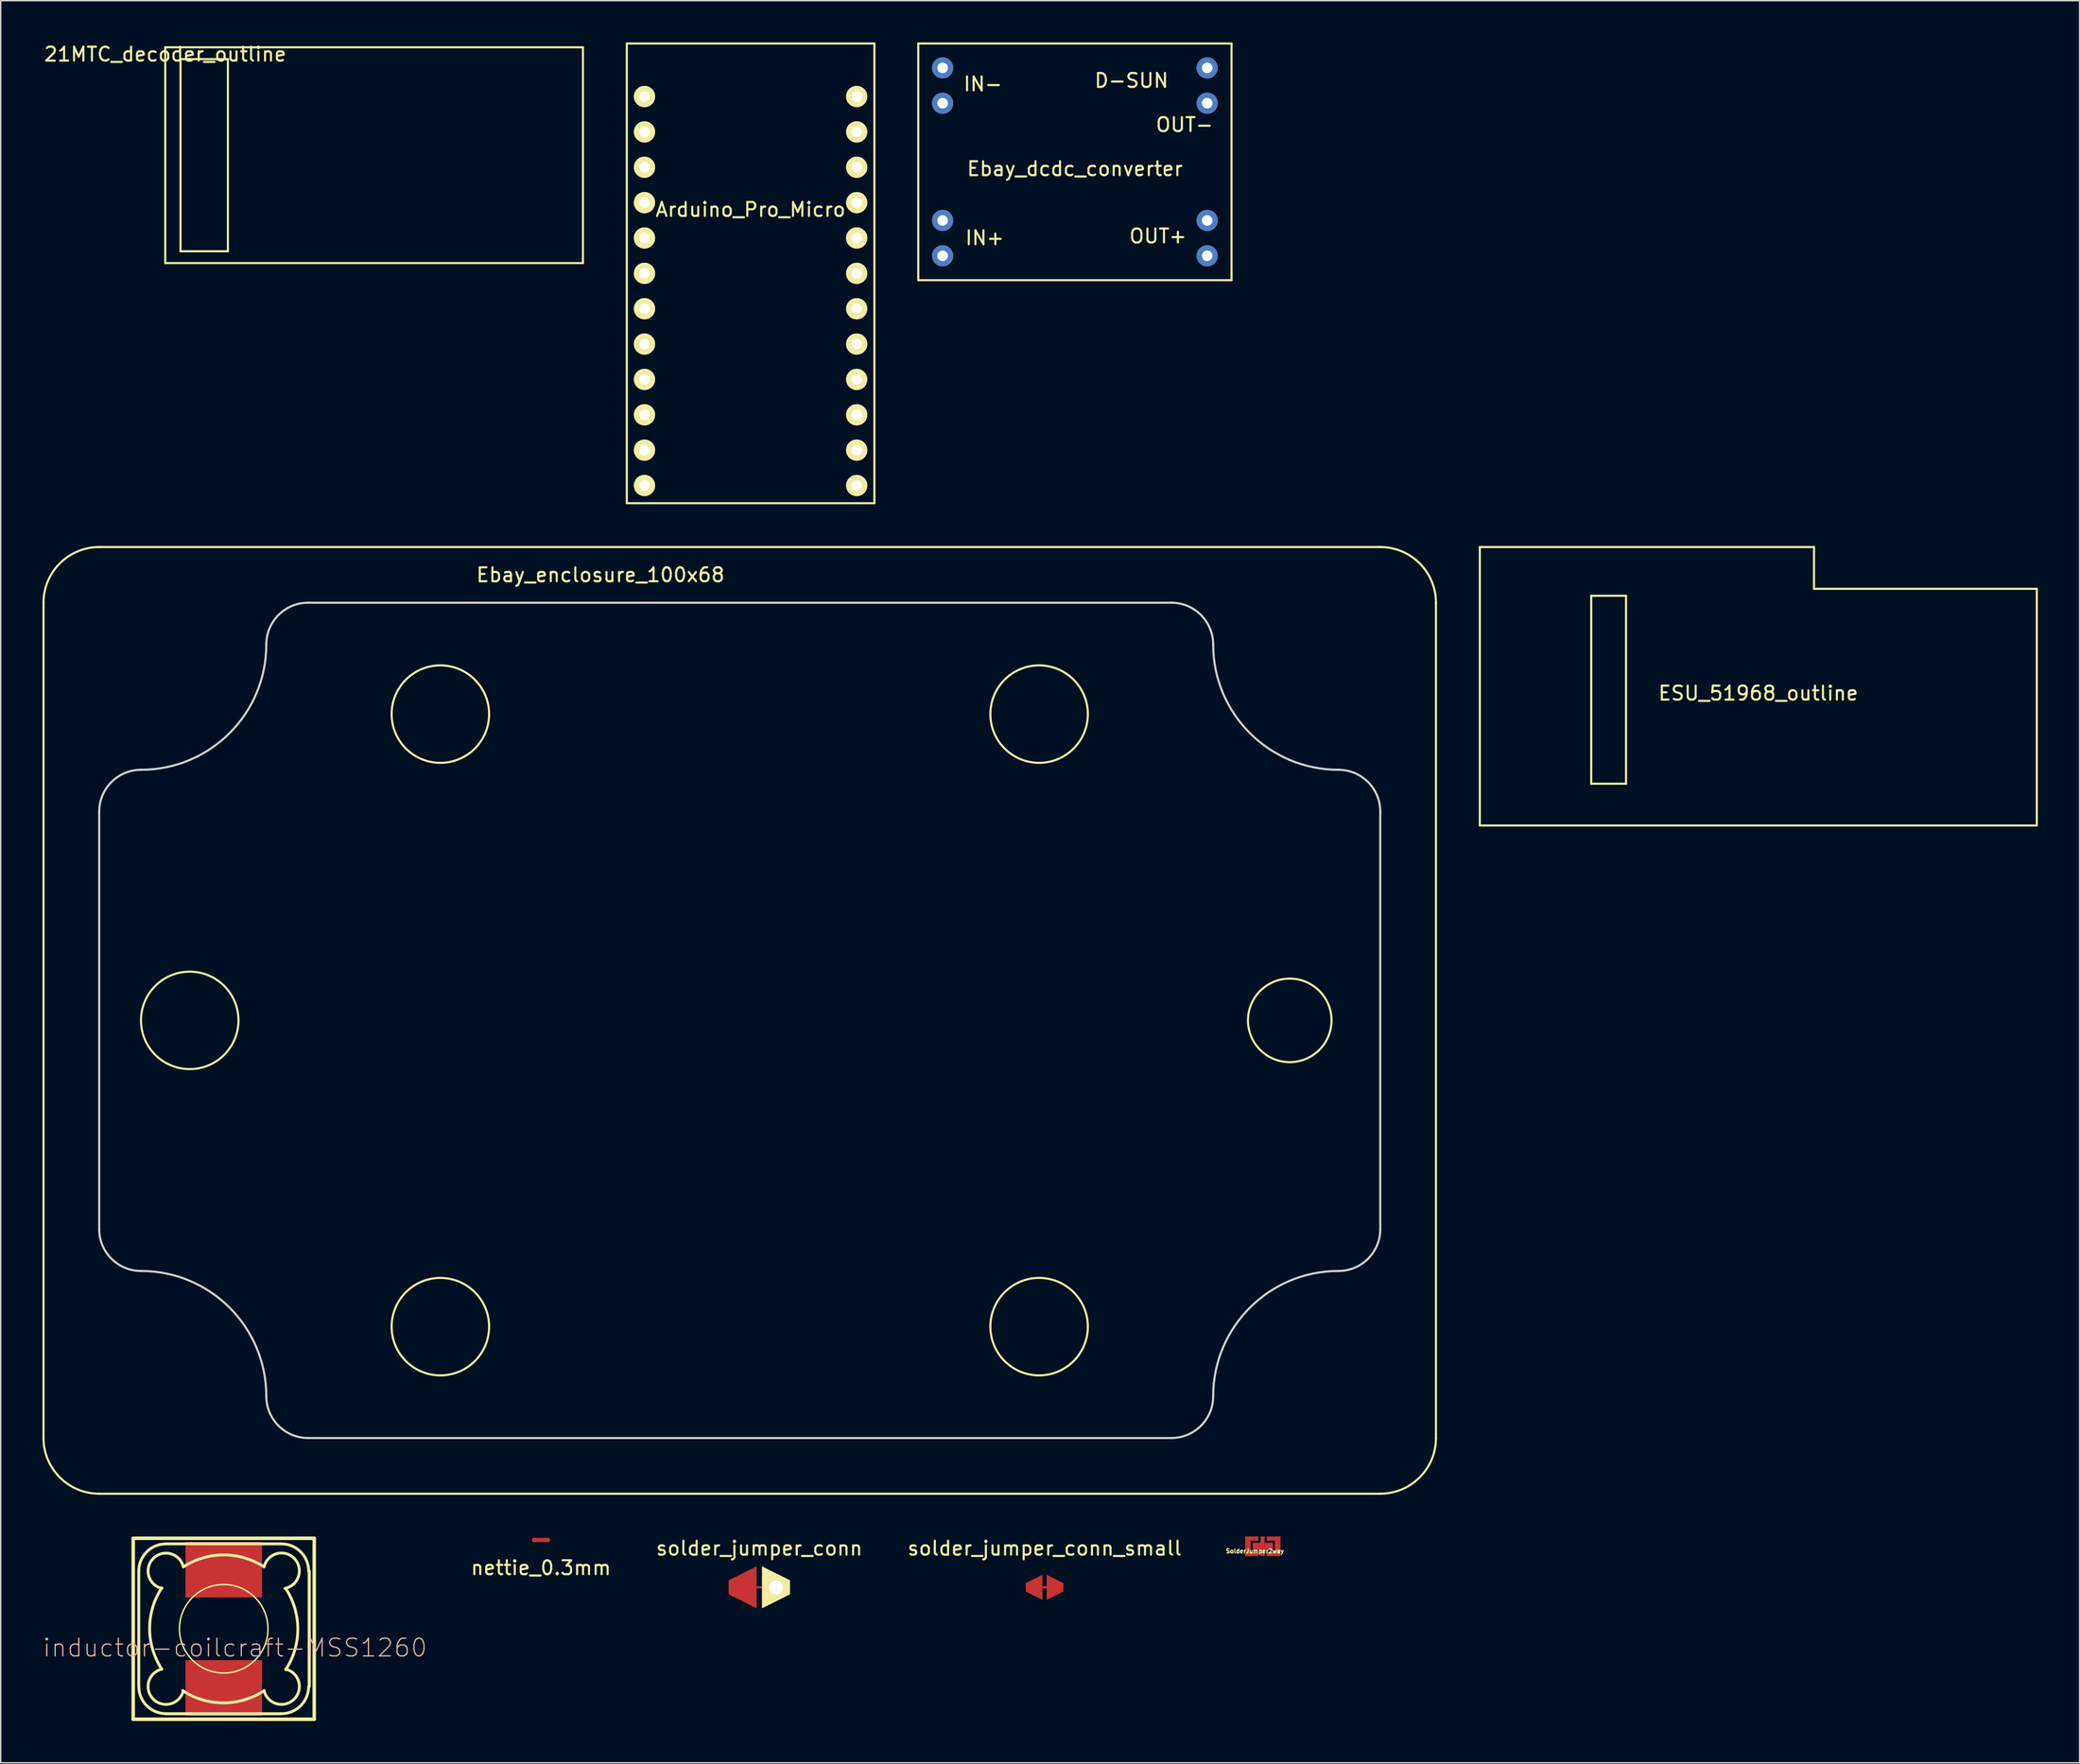
<source format=kicad_pcb>
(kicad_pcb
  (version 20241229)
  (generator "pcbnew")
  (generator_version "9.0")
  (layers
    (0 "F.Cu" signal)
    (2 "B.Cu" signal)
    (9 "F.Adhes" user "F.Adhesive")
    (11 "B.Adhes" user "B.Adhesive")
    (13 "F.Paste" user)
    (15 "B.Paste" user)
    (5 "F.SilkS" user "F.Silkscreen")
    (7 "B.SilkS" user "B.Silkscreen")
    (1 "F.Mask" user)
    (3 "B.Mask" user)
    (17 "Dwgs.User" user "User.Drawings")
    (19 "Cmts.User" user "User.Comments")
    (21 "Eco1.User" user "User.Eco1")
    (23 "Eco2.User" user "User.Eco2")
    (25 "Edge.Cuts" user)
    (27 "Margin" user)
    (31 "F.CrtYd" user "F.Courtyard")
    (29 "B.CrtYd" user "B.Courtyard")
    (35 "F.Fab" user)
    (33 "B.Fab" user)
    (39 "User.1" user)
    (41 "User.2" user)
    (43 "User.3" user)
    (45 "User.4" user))
  (footprint "nettie_0.3mm"
    (layer "F.Cu")
    (at 35.799 107.57)
    (property "Reference" "nettie_0.3mm" (at 0 2 0) (layer "F.SilkS") (effects (font (size 1 1) (thickness 0.15))))
    (attr through_hole)
    (fp_line (start -0.5 0) (end 0.5 0) (stroke (width 0.3) (type solid)) (layer "F.Cu"))
    (pad "1" smd circle (at -0.5 0) (size 0.3 0.3) (layers "F.Cu"))
    (pad "2" smd circle (at 0.5 0) (size 0.3 0.3) (layers "F.Cu")))
  (footprint "21MTC_decoder_outline"
    (layer "F.Cu")
    (at 8.815 0.348)
    (property "Reference" "21MTC_decoder_outline" (at 0 0.5 0) (layer "F.SilkS") (effects (font (size 1 1) (thickness 0.15))))
    (attr through_hole)
    (fp_line (start 0 0) (end 30 0) (stroke (width 0.15) (type solid)) (layer "F.SilkS"))
    (fp_line (start 0 15.5) (end 0 0) (stroke (width 0.15) (type solid)) (layer "F.SilkS"))
    (fp_line (start 1.1 0.85) (end 4.5 0.85) (stroke (width 0.15) (type solid)) (layer "F.SilkS"))
    (fp_line (start 1.1 14.65) (end 1.1 0.85) (stroke (width 0.15) (type solid)) (layer "F.SilkS"))
    (fp_line (start 4.5 0.85) (end 4.5 14.65) (stroke (width 0.15) (type solid)) (layer "F.SilkS"))
    (fp_line (start 4.5 14.65) (end 1.1 14.65) (stroke (width 0.15) (type solid)) (layer "F.SilkS"))
    (fp_line (start 30 0) (end 30 15.5) (stroke (width 0.15) (type solid)) (layer "F.SilkS"))
    (fp_line (start 30 15.5) (end 0 15.5) (stroke (width 0.15) (type solid)) (layer "F.SilkS")))
  (footprint "solder_jumper_conn"
    (layer "F.Cu")
    (at 51.478 110.968)
    (property "Reference" "solder_jumper_conn" (at 0 -2.8 0) (layer "F.SilkS") (effects (font (size 1 1) (thickness 0.15))))
    (attr through_hole)
    (fp_line (start -0.3 0) (end 0.35 0) (stroke (width 0.15) (type solid)) (layer "F.Cu"))
    (fp_line (start 0.4 0) (end -0.35 0) (stroke (width 0.15) (type solid)) (layer "F.Mask"))
    (pad "1" smd trapezoid (at -1.2 0 180) (size 2 2) (rect_delta 1 0) (layers "F.Cu" "F.Mask" "F.Paste"))
    (pad "2" thru_hole trapezoid (at 1.2 0) (size 2 2) (rect_delta 1 0) (drill 1) (layers "*.Cu" "*.Mask" "F.SilkS")))
  (footprint "inductor-coilcraft-MSS1260"
    (layer "F.Cu")
    (at 13.017 113.947)
    (property "Reference" "inductor-coilcraft-MSS1260" (at 0.808 1.364 0) (layer "B.SilkS") (effects (font (size 1.27 1.27) (thickness 0.089))))
    (attr smd)
    (fp_line (start -6.5 -6.5) (end 6.5 -6.5) (stroke (width 0.254) (type solid)) (layer "F.SilkS"))
    (fp_line (start -6.5 6.5) (end -6.5 -6.5) (stroke (width 0.254) (type solid)) (layer "F.SilkS"))
    (fp_line (start -6.149 4.148) (end -6.149 -4.148) (stroke (width 0.1) (type solid)) (layer "F.SilkS"))
    (fp_line (start -6.099 4.148) (end -6.099 -4.148) (stroke (width 0.203) (type solid)) (layer "F.SilkS"))
    (fp_line (start -4.148 -6.149) (end 4.148 -6.149) (stroke (width 0.1) (type solid)) (layer "F.SilkS"))
    (fp_line (start -4.148 -6.099) (end 4.148 -6.099) (stroke (width 0.203) (type solid)) (layer "F.SilkS"))
    (fp_line (start 4.148 6.099) (end -4.148 6.099) (stroke (width 0.203) (type solid)) (layer "F.SilkS"))
    (fp_line (start 4.148 6.149) (end -4.148 6.149) (stroke (width 0.1) (type solid)) (layer "F.SilkS"))
    (fp_line (start 6.099 -4.148) (end 6.099 4.148) (stroke (width 0.127) (type solid)) (layer "F.SilkS"))
    (fp_line (start 6.149 -4.148) (end 6.149 4.148) (stroke (width 0.203) (type solid)) (layer "F.SilkS"))
    (fp_line (start 6.5 -6.5) (end 6.5 6.5) (stroke (width 0.254) (type solid)) (layer "F.SilkS"))
    (fp_line (start 6.5 6.5) (end -6.5 6.5) (stroke (width 0.254) (type solid)) (layer "F.SilkS"))
    (fp_arc (start -6.09854 -4.14782) (mid -5.527187 -5.527187) (end -4.14782 -6.09854) (stroke (width 0.2032) (type solid)) (layer "F.SilkS"))
    (fp_arc (start -4.44754 -2.89814) (mid -5.056744 -5.056329) (end -2.898277 -4.44811) (stroke (width 0.2032) (type solid)) (layer "F.SilkS"))
    (fp_arc (start -4.44754 2.89814) (mid -5.320982 -0.023268) (end -4.447092 -2.944541) (stroke (width 0.2032) (type solid)) (layer "F.SilkS"))
    (fp_arc (start -4.14782 6.09854) (mid -5.527187 5.527187) (end -6.09854 4.14782) (stroke (width 0.2032) (type solid)) (layer "F.SilkS"))
    (fp_arc (start -2.89814 -4.44754) (mid -0.005129 -5.304772) (end 2.889527 -4.453112) (stroke (width 0.2032) (type solid)) (layer "F.SilkS"))
    (fp_arc (start -2.89814 4.44754) (mid -5.056329 5.056744) (end -4.44811 2.898277) (stroke (width 0.2032) (type solid)) (layer "F.SilkS"))
    (fp_arc (start 2.89814 -4.44754) (mid 5.068176 -5.051562) (end 4.400371 -2.900298) (stroke (width 0.2032) (type solid)) (layer "F.SilkS"))
    (fp_arc (start 2.89814 4.44754) (mid -0.023268 5.320982) (end -2.944541 4.447092) (stroke (width 0.2032) (type solid)) (layer "F.SilkS"))
    (fp_arc (start 4.14782 -6.09854) (mid 5.527187 -5.527187) (end 6.09854 -4.14782) (stroke (width 0.2032) (type solid)) (layer "F.SilkS"))
    (fp_arc (start 4.44754 -2.89814) (mid 5.320982 0.023268) (end 4.447092 2.944541) (stroke (width 0.2032) (type solid)) (layer "F.SilkS"))
    (fp_arc (start 4.44754 2.89814) (mid 5.056744 5.056329) (end 2.898277 4.44811) (stroke (width 0.2032) (type solid)) (layer "F.SilkS"))
    (fp_arc (start 6.09854 4.14782) (mid 5.527187 5.527187) (end 4.14782 6.09854) (stroke (width 0.2032) (type solid)) (layer "F.SilkS"))
    (fp_circle (center 0 0) (end -2.248 2.248) (stroke (width 0.102) (type solid)) (fill no) (layer "F.SilkS"))
    (pad "P$1" smd rect (at 0 -4.249) (size 5.499 3.998) (layers "F.Cu" "F.Mask" "F.Paste"))
    (pad "P$2" smd rect (at 0 4.249) (size 5.499 3.998) (layers "F.Cu" "F.Mask" "F.Paste")))
  (footprint "Arduino_Pro_Micro"
    (layer "F.Cu")
    (at 50.855 11.505)
    (property "Reference" "Arduino_Pro_Micro" (at 0 0.5 0) (layer "F.SilkS") (effects (font (size 1 1) (thickness 0.15))))
    (attr through_hole)
    (fp_line (start -8.89 -11.43) (end -8.89 21.59) (stroke (width 0.15) (type solid)) (layer "F.SilkS"))
    (fp_line (start -8.89 21.59) (end 8.89 21.59) (stroke (width 0.15) (type solid)) (layer "F.SilkS"))
    (fp_line (start 8.89 -11.43) (end -8.89 -11.43) (stroke (width 0.15) (type solid)) (layer "F.SilkS"))
    (fp_line (start 8.89 21.59) (end 8.89 -11.43) (stroke (width 0.15) (type solid)) (layer "F.SilkS"))
    (pad "1" thru_hole circle (at 7.62 20.32) (size 1.524 1.524) (drill 0.762) (layers "*.Cu" "*.Mask" "F.SilkS"))
    (pad "2" thru_hole circle (at 7.62 17.78) (size 1.524 1.524) (drill 0.762) (layers "*.Cu" "*.Mask" "F.SilkS"))
    (pad "3" thru_hole circle (at 7.62 15.24) (size 1.524 1.524) (drill 0.762) (layers "*.Cu" "*.Mask" "F.SilkS"))
    (pad "4" thru_hole circle (at 7.62 12.7) (size 1.524 1.524) (drill 0.762) (layers "*.Cu" "*.Mask" "F.SilkS"))
    (pad "5" thru_hole circle (at 7.62 10.16) (size 1.524 1.524) (drill 0.762) (layers "*.Cu" "*.Mask" "F.SilkS"))
    (pad "6" thru_hole circle (at 7.62 7.62) (size 1.524 1.524) (drill 0.762) (layers "*.Cu" "*.Mask" "F.SilkS"))
    (pad "7" thru_hole circle (at 7.62 5.08) (size 1.524 1.524) (drill 0.762) (layers "*.Cu" "*.Mask" "F.SilkS"))
    (pad "8" thru_hole circle (at 7.62 2.54) (size 1.524 1.524) (drill 0.762) (layers "*.Cu" "*.Mask" "F.SilkS"))
    (pad "9" thru_hole circle (at 7.62 0) (size 1.524 1.524) (drill 0.762) (layers "*.Cu" "*.Mask" "F.SilkS"))
    (pad "10" thru_hole circle (at 7.62 -2.54) (size 1.524 1.524) (drill 0.762) (layers "*.Cu" "*.Mask" "F.SilkS"))
    (pad "11" thru_hole circle (at 7.62 -5.08) (size 1.524 1.524) (drill 0.762) (layers "*.Cu" "*.Mask" "F.SilkS"))
    (pad "12" thru_hole circle (at 7.62 -7.62) (size 1.524 1.524) (drill 0.762) (layers "*.Cu" "*.Mask" "F.SilkS"))
    (pad "13" thru_hole circle (at -7.62 -7.62) (size 1.524 1.524) (drill 0.762) (layers "*.Cu" "*.Mask" "F.SilkS"))
    (pad "14" thru_hole circle (at -7.62 -5.08) (size 1.524 1.524) (drill 0.762) (layers "*.Cu" "*.Mask" "F.SilkS"))
    (pad "15" thru_hole circle (at -7.62 -2.54) (size 1.524 1.524) (drill 0.762) (layers "*.Cu" "*.Mask" "F.SilkS"))
    (pad "16" thru_hole circle (at -7.62 0) (size 1.524 1.524) (drill 0.762) (layers "*.Cu" "*.Mask" "F.SilkS"))
    (pad "17" thru_hole circle (at -7.62 2.54) (size 1.524 1.524) (drill 0.762) (layers "*.Cu" "*.Mask" "F.SilkS"))
    (pad "18" thru_hole circle (at -7.62 5.08) (size 1.524 1.524) (drill 0.762) (layers "*.Cu" "*.Mask" "F.SilkS"))
    (pad "19" thru_hole circle (at -7.62 7.62) (size 1.524 1.524) (drill 0.762) (layers "*.Cu" "*.Mask" "F.SilkS"))
    (pad "20" thru_hole circle (at -7.62 10.16) (size 1.524 1.524) (drill 0.762) (layers "*.Cu" "*.Mask" "F.SilkS"))
    (pad "21" thru_hole circle (at -7.62 12.7) (size 1.524 1.524) (drill 0.762) (layers "*.Cu" "*.Mask" "F.SilkS"))
    (pad "22" thru_hole circle (at -7.62 15.24) (size 1.524 1.524) (drill 0.762) (layers "*.Cu" "*.Mask" "F.SilkS"))
    (pad "23" thru_hole circle (at -7.62 17.78) (size 1.524 1.524) (drill 0.762) (layers "*.Cu" "*.Mask" "F.SilkS"))
    (pad "24" thru_hole circle (at -7.62 20.32) (size 1.524 1.524) (drill 0.762) (layers "*.Cu" "*.Mask" "F.SilkS")))
  (footprint "SolderJumper2way"
    (layer "F.Cu")
    (at 87.631 108.02)
    (property "Reference" "SolderJumper2way" (at -0.559 0.35 0) (layer "F.SilkS") (effects (font (size 0.3 0.3) (thickness 0.071))))
    (attr through_hole)
    (pad "1" smd rect (at -1.059 0) (size 0.4 1.4) (layers "F.Cu" "F.Mask"))
    (pad "1" smd rect (at -0.784 -0.55) (size 0.95 0.3) (layers "F.Cu" "F.Mask"))
    (pad "1" smd rect (at -0.784 0.55) (size 0.95 0.3) (layers "F.Cu" "F.Mask"))
    (pad "2" smd rect (at -0.409 0) (size 0.6 0.5) (layers "F.Cu" "F.Mask"))
    (pad "2" smd rect (at -0.009 0) (size 0.3 1.4) (layers "F.Cu" "F.Mask"))
    (pad "2" smd rect (at 0.432 0) (size 0.6 0.5) (layers "F.Cu" "F.Mask"))
    (pad "3" smd rect (at 0.766 -0.55) (size 0.95 0.3) (layers "F.Cu" "F.Mask"))
    (pad "3" smd rect (at 0.766 0.55) (size 0.95 0.3) (layers "F.Cu" "F.Mask"))
    (pad "3" smd rect (at 1.075 0) (size 0.4 1.4) (layers "F.Cu" "F.Mask")))
  (footprint "Ebay_enclosure_100x68"
    (layer "F.Cu")
    (at 3.075 39.245)
    (property "Reference" "Ebay_enclosure_100x68" (at 37 -1 0) (layer "F.SilkS") (effects (font (size 1 1) (thickness 0.15))))
    (attr through_hole)
    (fp_line (start -3 61) (end -3 1) (stroke (width 0.15) (type solid)) (layer "F.SilkS"))
    (fp_line (start 1 -3) (end 93 -3) (stroke (width 0.15) (type solid)) (layer "F.SilkS"))
    (fp_line (start 93 65) (end 1 65) (stroke (width 0.15) (type solid)) (layer "F.SilkS"))
    (fp_line (start 97 1) (end 97 61) (stroke (width 0.15) (type solid)) (layer "F.SilkS"))
    (fp_arc (start -3 1) (mid -1.828427 -1.828427) (end 1 -3) (stroke (width 0.15) (type solid)) (layer "F.SilkS"))
    (fp_arc (start 1 65) (mid -1.828427 63.828427) (end -3 61) (stroke (width 0.15) (type solid)) (layer "F.SilkS"))
    (fp_arc (start 93 -3) (mid 95.828427 -1.828427) (end 97 1) (stroke (width 0.15) (type solid)) (layer "F.SilkS"))
    (fp_arc (start 97 61) (mid 95.828427 63.828427) (end 93 65) (stroke (width 0.15) (type solid)) (layer "F.SilkS"))
    (fp_circle (center 7.5 31) (end 11 31) (stroke (width 0.15) (type solid)) (fill no) (layer "F.SilkS"))
    (fp_circle (center 25.5 9) (end 29 9) (stroke (width 0.15) (type solid)) (fill no) (layer "F.SilkS"))
    (fp_circle (center 25.5 53) (end 29 53) (stroke (width 0.15) (type solid)) (fill no) (layer "F.SilkS"))
    (fp_circle (center 68.5 9) (end 72 9) (stroke (width 0.15) (type solid)) (fill no) (layer "F.SilkS"))
    (fp_circle (center 68.5 53) (end 72 53) (stroke (width 0.15) (type solid)) (fill no) (layer "F.SilkS"))
    (fp_circle (center 86.5 31) (end 89.5 31) (stroke (width 0.15) (type solid)) (fill no) (layer "F.SilkS"))
    (fp_line (start 1 16) (end 1 46) (stroke (width 0.15) (type solid)) (layer "Edge.Cuts"))
    (fp_line (start 16 1) (end 78 1) (stroke (width 0.15) (type solid)) (layer "Edge.Cuts"))
    (fp_line (start 78 61) (end 16 61) (stroke (width 0.15) (type solid)) (layer "Edge.Cuts"))
    (fp_line (start 93 16) (end 93 46) (stroke (width 0.15) (type solid)) (layer "Edge.Cuts"))
    (fp_arc (start 1 16) (mid 1.87868 13.87868) (end 4 13) (stroke (width 0.15) (type solid)) (layer "Edge.Cuts"))
    (fp_arc (start 4 49) (mid 1.87868 48.12132) (end 1 46) (stroke (width 0.15) (type solid)) (layer "Edge.Cuts"))
    (fp_arc (start 4 49) (mid 10.363961 51.636039) (end 13 58) (stroke (width 0.15) (type solid)) (layer "Edge.Cuts"))
    (fp_arc (start 13 4) (mid 10.363961 10.363961) (end 4 13) (stroke (width 0.15) (type solid)) (layer "Edge.Cuts"))
    (fp_arc (start 13 4) (mid 13.87868 1.87868) (end 16 1) (stroke (width 0.15) (type solid)) (layer "Edge.Cuts"))
    (fp_arc (start 16 61) (mid 13.87868 60.12132) (end 13 58) (stroke (width 0.15) (type solid)) (layer "Edge.Cuts"))
    (fp_arc (start 78 1) (mid 80.12132 1.87868) (end 81 4) (stroke (width 0.15) (type solid)) (layer "Edge.Cuts"))
    (fp_arc (start 81 58) (mid 80.12132 60.12132) (end 78 61) (stroke (width 0.15) (type solid)) (layer "Edge.Cuts"))
    (fp_arc (start 81 58) (mid 83.636039 51.636039) (end 90 49) (stroke (width 0.15) (type solid)) (layer "Edge.Cuts"))
    (fp_arc (start 90 13) (mid 83.636039 10.363961) (end 81 4) (stroke (width 0.15) (type solid)) (layer "Edge.Cuts"))
    (fp_arc (start 90 13) (mid 92.12132 13.87868) (end 93 16) (stroke (width 0.15) (type solid)) (layer "Edge.Cuts"))
    (fp_arc (start 93 46) (mid 92.12132 48.12132) (end 90 49) (stroke (width 0.15) (type solid)) (layer "Edge.Cuts")))
  (footprint "ESU_51968_outline"
    (layer "F.Cu")
    (at 123.225 46.245)
    (property "Reference" "ESU_51968_outline" (at 0 0.5 0) (layer "F.SilkS") (effects (font (size 1 1) (thickness 0.15))))
    (attr through_hole)
    (fp_line (start -20 -10) (end -20 10) (stroke (width 0.15) (type solid)) (layer "F.SilkS"))
    (fp_line (start -20 10) (end 20 10) (stroke (width 0.15) (type solid)) (layer "F.SilkS"))
    (fp_line (start -12 -6.5) (end -12 7) (stroke (width 0.15) (type solid)) (layer "F.SilkS"))
    (fp_line (start -12 7) (end -9.5 7) (stroke (width 0.15) (type solid)) (layer "F.SilkS"))
    (fp_line (start -9.5 -6.5) (end -12 -6.5) (stroke (width 0.15) (type solid)) (layer "F.SilkS"))
    (fp_line (start -9.5 7) (end -9.5 -6.5) (stroke (width 0.15) (type solid)) (layer "F.SilkS"))
    (fp_line (start 4 -10) (end -20 -10) (stroke (width 0.15) (type solid)) (layer "F.SilkS"))
    (fp_line (start 4 -7) (end 4 -10) (stroke (width 0.15) (type solid)) (layer "F.SilkS"))
    (fp_line (start 20 -7) (end 4 -7) (stroke (width 0.15) (type solid)) (layer "F.SilkS"))
    (fp_line (start 20 10) (end 20 -7) (stroke (width 0.15) (type solid)) (layer "F.SilkS")))
  (footprint "solder_jumper_conn_small"
    (layer "F.Cu")
    (at 71.966 110.968)
    (property "Reference" "solder_jumper_conn_small" (at 0 -2.8 0) (layer "F.SilkS") (effects (font (size 1 1) (thickness 0.15))))
    (attr through_hole)
    (fp_line (start -0.3 0) (end 0.35 0) (stroke (width 0.15) (type solid)) (layer "F.Cu"))
    (fp_line (start 0.4 0) (end -0.35 0) (stroke (width 0.15) (type solid)) (layer "F.Mask"))
    (pad "1" smd trapezoid (at -0.75 0 180) (size 1.2 1.2) (rect_delta 0.6 0) (layers "F.Cu" "F.Mask" "F.Paste"))
    (pad "2" smd trapezoid (at 0.75 0) (size 1.2 1.2) (rect_delta 0.6 0) (layers "F.Cu" "F.Mask" "F.Paste")))
  (footprint "Ebay_dcdc_converter"
    (layer "F.Cu")
    (at 74.145 8.575)
    (property "Reference" "Ebay_dcdc_converter" (at 0 0.5 0) (layer "F.SilkS") (effects (font (size 1 1) (thickness 0.15))))
    (attr through_hole)
    (fp_line (start -11.25 -8.5) (end 11.25 -8.5) (stroke (width 0.15) (type solid)) (layer "F.SilkS"))
    (fp_line (start -11.25 8.5) (end -11.25 -8.5) (stroke (width 0.15) (type solid)) (layer "F.SilkS"))
    (fp_line (start 11.25 -8.5) (end 11.25 8.5) (stroke (width 0.15) (type solid)) (layer "F.SilkS"))
    (fp_line (start 11.25 8.5) (end -11.25 8.5) (stroke (width 0.15) (type solid)) (layer "F.SilkS"))
    (fp_text user "OUT-" (at 7.874 -2.667 0) (layer "F.SilkS") (effects (font (size 1 1) (thickness 0.15))))
    (fp_text user "IN+" (at -6.477 5.461 0) (layer "F.SilkS") (effects (font (size 1 1) (thickness 0.15))))
    (fp_text user "IN-" (at -6.604 -5.588 0) (layer "F.SilkS") (effects (font (size 1 1) (thickness 0.15))))
    (fp_text user "D-SUN" (at 4.064 -5.842 0) (layer "F.SilkS") (effects (font (size 1 1) (thickness 0.15))))
    (fp_text user "OUT+" (at 5.969 5.334 0) (layer "F.SilkS") (effects (font (size 1 1) (thickness 0.15))))
    (pad "1" thru_hole circle (at -9.5 -6.75) (size 1.524 1.524) (drill 0.762) (layers "*.Cu" "*.Mask"))
    (pad "1" thru_hole circle (at -9.5 -4.21) (size 1.524 1.524) (drill 0.762) (layers "*.Cu" "*.Mask"))
    (pad "2" thru_hole circle (at -9.5 4.21) (size 1.524 1.524) (drill 0.762) (layers "*.Cu" "*.Mask"))
    (pad "2" thru_hole circle (at -9.5 6.75) (size 1.524 1.524) (drill 0.762) (layers "*.Cu" "*.Mask"))
    (pad "3" thru_hole circle (at 9.5 4.21) (size 1.524 1.524) (drill 0.762) (layers "*.Cu" "*.Mask"))
    (pad "3" thru_hole circle (at 9.5 6.75) (size 1.524 1.524) (drill 0.762) (layers "*.Cu" "*.Mask"))
    (pad "4" thru_hole circle (at 9.5 -6.75) (size 1.524 1.524) (drill 0.762) (layers "*.Cu" "*.Mask"))
    (pad "4" thru_hole circle (at 9.5 -4.21) (size 1.524 1.524) (drill 0.762) (layers "*.Cu" "*.Mask")))
  (gr_rect
    (start -3 -3)
    (end 146.3 123.574)
    (stroke (width 0.1) (type default))
    (fill no)
    (layer "Edge.Cuts")))
</source>
